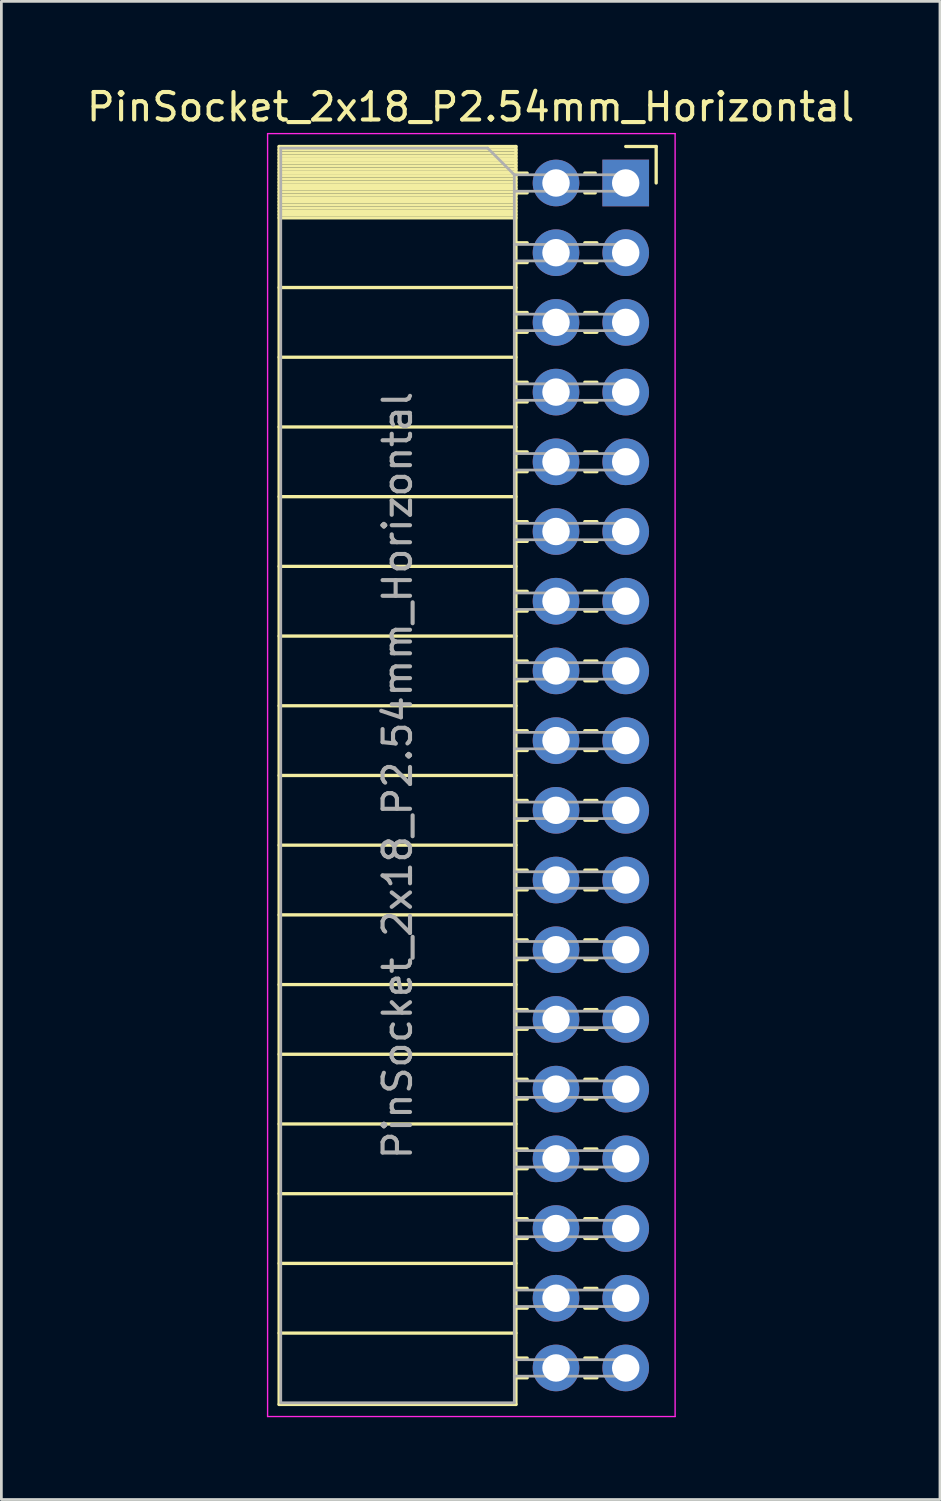
<source format=kicad_pcb>
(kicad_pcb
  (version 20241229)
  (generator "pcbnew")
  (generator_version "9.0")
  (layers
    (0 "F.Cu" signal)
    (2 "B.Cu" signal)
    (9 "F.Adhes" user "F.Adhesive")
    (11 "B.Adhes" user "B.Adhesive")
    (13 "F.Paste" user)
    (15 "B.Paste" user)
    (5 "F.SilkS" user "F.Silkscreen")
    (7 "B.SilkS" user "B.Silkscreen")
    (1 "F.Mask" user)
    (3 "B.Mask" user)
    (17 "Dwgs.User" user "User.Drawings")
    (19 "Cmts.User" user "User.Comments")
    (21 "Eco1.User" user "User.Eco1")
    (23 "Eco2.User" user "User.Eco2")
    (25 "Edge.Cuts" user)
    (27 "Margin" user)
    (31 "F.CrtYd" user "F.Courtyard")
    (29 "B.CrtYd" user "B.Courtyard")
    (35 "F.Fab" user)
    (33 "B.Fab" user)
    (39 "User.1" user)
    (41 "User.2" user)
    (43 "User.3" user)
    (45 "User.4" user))
  (footprint "PinSocket_2x18_P2.54mm_Horizontal"
    (layer "F.Cu")
    (at 19.751 3.618)
    (property "Reference" "PinSocket_2x18_P2.54mm_Horizontal" (at -5.65 -2.77 0) (layer "F.SilkS") (effects (font (size 1 1) (thickness 0.15))))
    (attr through_hole)
    (fp_line (start -12.63 -1.33) (end -12.63 44.51) (stroke (width 0.12) (type solid)) (layer "F.SilkS"))
    (fp_line (start -12.63 -1.33) (end -4 -1.33) (stroke (width 0.12) (type solid)) (layer "F.SilkS"))
    (fp_line (start -12.63 -1.21) (end -4 -1.21) (stroke (width 0.12) (type solid)) (layer "F.SilkS"))
    (fp_line (start -12.63 -1.092) (end -4 -1.092) (stroke (width 0.12) (type solid)) (layer "F.SilkS"))
    (fp_line (start -12.63 -0.974) (end -4 -0.974) (stroke (width 0.12) (type solid)) (layer "F.SilkS"))
    (fp_line (start -12.63 -0.856) (end -4 -0.856) (stroke (width 0.12) (type solid)) (layer "F.SilkS"))
    (fp_line (start -12.63 -0.738) (end -4 -0.738) (stroke (width 0.12) (type solid)) (layer "F.SilkS"))
    (fp_line (start -12.63 -0.62) (end -4 -0.62) (stroke (width 0.12) (type solid)) (layer "F.SilkS"))
    (fp_line (start -12.63 -0.501) (end -4 -0.501) (stroke (width 0.12) (type solid)) (layer "F.SilkS"))
    (fp_line (start -12.63 -0.383) (end -4 -0.383) (stroke (width 0.12) (type solid)) (layer "F.SilkS"))
    (fp_line (start -12.63 -0.265) (end -4 -0.265) (stroke (width 0.12) (type solid)) (layer "F.SilkS"))
    (fp_line (start -12.63 -0.147) (end -4 -0.147) (stroke (width 0.12) (type solid)) (layer "F.SilkS"))
    (fp_line (start -12.63 -0.029) (end -4 -0.029) (stroke (width 0.12) (type solid)) (layer "F.SilkS"))
    (fp_line (start -12.63 0.089) (end -4 0.089) (stroke (width 0.12) (type solid)) (layer "F.SilkS"))
    (fp_line (start -12.63 0.207) (end -4 0.207) (stroke (width 0.12) (type solid)) (layer "F.SilkS"))
    (fp_line (start -12.63 0.325) (end -4 0.325) (stroke (width 0.12) (type solid)) (layer "F.SilkS"))
    (fp_line (start -12.63 0.443) (end -4 0.443) (stroke (width 0.12) (type solid)) (layer "F.SilkS"))
    (fp_line (start -12.63 0.561) (end -4 0.561) (stroke (width 0.12) (type solid)) (layer "F.SilkS"))
    (fp_line (start -12.63 0.68) (end -4 0.68) (stroke (width 0.12) (type solid)) (layer "F.SilkS"))
    (fp_line (start -12.63 0.798) (end -4 0.798) (stroke (width 0.12) (type solid)) (layer "F.SilkS"))
    (fp_line (start -12.63 0.916) (end -4 0.916) (stroke (width 0.12) (type solid)) (layer "F.SilkS"))
    (fp_line (start -12.63 1.034) (end -4 1.034) (stroke (width 0.12) (type solid)) (layer "F.SilkS"))
    (fp_line (start -12.63 1.152) (end -4 1.152) (stroke (width 0.12) (type solid)) (layer "F.SilkS"))
    (fp_line (start -12.63 1.27) (end -4 1.27) (stroke (width 0.12) (type solid)) (layer "F.SilkS"))
    (fp_line (start -12.63 3.81) (end -4 3.81) (stroke (width 0.12) (type solid)) (layer "F.SilkS"))
    (fp_line (start -12.63 6.35) (end -4 6.35) (stroke (width 0.12) (type solid)) (layer "F.SilkS"))
    (fp_line (start -12.63 8.89) (end -4 8.89) (stroke (width 0.12) (type solid)) (layer "F.SilkS"))
    (fp_line (start -12.63 11.43) (end -4 11.43) (stroke (width 0.12) (type solid)) (layer "F.SilkS"))
    (fp_line (start -12.63 13.97) (end -4 13.97) (stroke (width 0.12) (type solid)) (layer "F.SilkS"))
    (fp_line (start -12.63 16.51) (end -4 16.51) (stroke (width 0.12) (type solid)) (layer "F.SilkS"))
    (fp_line (start -12.63 19.05) (end -4 19.05) (stroke (width 0.12) (type solid)) (layer "F.SilkS"))
    (fp_line (start -12.63 21.59) (end -4 21.59) (stroke (width 0.12) (type solid)) (layer "F.SilkS"))
    (fp_line (start -12.63 24.13) (end -4 24.13) (stroke (width 0.12) (type solid)) (layer "F.SilkS"))
    (fp_line (start -12.63 26.67) (end -4 26.67) (stroke (width 0.12) (type solid)) (layer "F.SilkS"))
    (fp_line (start -12.63 29.21) (end -4 29.21) (stroke (width 0.12) (type solid)) (layer "F.SilkS"))
    (fp_line (start -12.63 31.75) (end -4 31.75) (stroke (width 0.12) (type solid)) (layer "F.SilkS"))
    (fp_line (start -12.63 34.29) (end -4 34.29) (stroke (width 0.12) (type solid)) (layer "F.SilkS"))
    (fp_line (start -12.63 36.83) (end -4 36.83) (stroke (width 0.12) (type solid)) (layer "F.SilkS"))
    (fp_line (start -12.63 39.37) (end -4 39.37) (stroke (width 0.12) (type solid)) (layer "F.SilkS"))
    (fp_line (start -12.63 41.91) (end -4 41.91) (stroke (width 0.12) (type solid)) (layer "F.SilkS"))
    (fp_line (start -12.63 44.51) (end -4 44.51) (stroke (width 0.12) (type solid)) (layer "F.SilkS"))
    (fp_line (start -4 -1.33) (end -4 44.51) (stroke (width 0.12) (type solid)) (layer "F.SilkS"))
    (fp_line (start -4 -0.36) (end -3.59 -0.36) (stroke (width 0.12) (type solid)) (layer "F.SilkS"))
    (fp_line (start -4 0.36) (end -3.59 0.36) (stroke (width 0.12) (type solid)) (layer "F.SilkS"))
    (fp_line (start -4 2.18) (end -3.59 2.18) (stroke (width 0.12) (type solid)) (layer "F.SilkS"))
    (fp_line (start -4 2.9) (end -3.59 2.9) (stroke (width 0.12) (type solid)) (layer "F.SilkS"))
    (fp_line (start -4 4.72) (end -3.59 4.72) (stroke (width 0.12) (type solid)) (layer "F.SilkS"))
    (fp_line (start -4 5.44) (end -3.59 5.44) (stroke (width 0.12) (type solid)) (layer "F.SilkS"))
    (fp_line (start -4 7.26) (end -3.59 7.26) (stroke (width 0.12) (type solid)) (layer "F.SilkS"))
    (fp_line (start -4 7.98) (end -3.59 7.98) (stroke (width 0.12) (type solid)) (layer "F.SilkS"))
    (fp_line (start -4 9.8) (end -3.59 9.8) (stroke (width 0.12) (type solid)) (layer "F.SilkS"))
    (fp_line (start -4 10.52) (end -3.59 10.52) (stroke (width 0.12) (type solid)) (layer "F.SilkS"))
    (fp_line (start -4 12.34) (end -3.59 12.34) (stroke (width 0.12) (type solid)) (layer "F.SilkS"))
    (fp_line (start -4 13.06) (end -3.59 13.06) (stroke (width 0.12) (type solid)) (layer "F.SilkS"))
    (fp_line (start -4 14.88) (end -3.59 14.88) (stroke (width 0.12) (type solid)) (layer "F.SilkS"))
    (fp_line (start -4 15.6) (end -3.59 15.6) (stroke (width 0.12) (type solid)) (layer "F.SilkS"))
    (fp_line (start -4 17.42) (end -3.59 17.42) (stroke (width 0.12) (type solid)) (layer "F.SilkS"))
    (fp_line (start -4 18.14) (end -3.59 18.14) (stroke (width 0.12) (type solid)) (layer "F.SilkS"))
    (fp_line (start -4 19.96) (end -3.59 19.96) (stroke (width 0.12) (type solid)) (layer "F.SilkS"))
    (fp_line (start -4 20.68) (end -3.59 20.68) (stroke (width 0.12) (type solid)) (layer "F.SilkS"))
    (fp_line (start -4 22.5) (end -3.59 22.5) (stroke (width 0.12) (type solid)) (layer "F.SilkS"))
    (fp_line (start -4 23.22) (end -3.59 23.22) (stroke (width 0.12) (type solid)) (layer "F.SilkS"))
    (fp_line (start -4 25.04) (end -3.59 25.04) (stroke (width 0.12) (type solid)) (layer "F.SilkS"))
    (fp_line (start -4 25.76) (end -3.59 25.76) (stroke (width 0.12) (type solid)) (layer "F.SilkS"))
    (fp_line (start -4 27.58) (end -3.59 27.58) (stroke (width 0.12) (type solid)) (layer "F.SilkS"))
    (fp_line (start -4 28.3) (end -3.59 28.3) (stroke (width 0.12) (type solid)) (layer "F.SilkS"))
    (fp_line (start -4 30.12) (end -3.59 30.12) (stroke (width 0.12) (type solid)) (layer "F.SilkS"))
    (fp_line (start -4 30.84) (end -3.59 30.84) (stroke (width 0.12) (type solid)) (layer "F.SilkS"))
    (fp_line (start -4 32.66) (end -3.59 32.66) (stroke (width 0.12) (type solid)) (layer "F.SilkS"))
    (fp_line (start -4 33.38) (end -3.59 33.38) (stroke (width 0.12) (type solid)) (layer "F.SilkS"))
    (fp_line (start -4 35.2) (end -3.59 35.2) (stroke (width 0.12) (type solid)) (layer "F.SilkS"))
    (fp_line (start -4 35.92) (end -3.59 35.92) (stroke (width 0.12) (type solid)) (layer "F.SilkS"))
    (fp_line (start -4 37.74) (end -3.59 37.74) (stroke (width 0.12) (type solid)) (layer "F.SilkS"))
    (fp_line (start -4 38.46) (end -3.59 38.46) (stroke (width 0.12) (type solid)) (layer "F.SilkS"))
    (fp_line (start -4 40.28) (end -3.59 40.28) (stroke (width 0.12) (type solid)) (layer "F.SilkS"))
    (fp_line (start -4 41) (end -3.59 41) (stroke (width 0.12) (type solid)) (layer "F.SilkS"))
    (fp_line (start -4 42.82) (end -3.59 42.82) (stroke (width 0.12) (type solid)) (layer "F.SilkS"))
    (fp_line (start -4 43.54) (end -3.59 43.54) (stroke (width 0.12) (type solid)) (layer "F.SilkS"))
    (fp_line (start -1.49 -0.36) (end -1.11 -0.36) (stroke (width 0.12) (type solid)) (layer "F.SilkS"))
    (fp_line (start -1.49 0.36) (end -1.11 0.36) (stroke (width 0.12) (type solid)) (layer "F.SilkS"))
    (fp_line (start -1.49 2.18) (end -1.05 2.18) (stroke (width 0.12) (type solid)) (layer "F.SilkS"))
    (fp_line (start -1.49 2.9) (end -1.05 2.9) (stroke (width 0.12) (type solid)) (layer "F.SilkS"))
    (fp_line (start -1.49 4.72) (end -1.05 4.72) (stroke (width 0.12) (type solid)) (layer "F.SilkS"))
    (fp_line (start -1.49 5.44) (end -1.05 5.44) (stroke (width 0.12) (type solid)) (layer "F.SilkS"))
    (fp_line (start -1.49 7.26) (end -1.05 7.26) (stroke (width 0.12) (type solid)) (layer "F.SilkS"))
    (fp_line (start -1.49 7.98) (end -1.05 7.98) (stroke (width 0.12) (type solid)) (layer "F.SilkS"))
    (fp_line (start -1.49 9.8) (end -1.05 9.8) (stroke (width 0.12) (type solid)) (layer "F.SilkS"))
    (fp_line (start -1.49 10.52) (end -1.05 10.52) (stroke (width 0.12) (type solid)) (layer "F.SilkS"))
    (fp_line (start -1.49 12.34) (end -1.05 12.34) (stroke (width 0.12) (type solid)) (layer "F.SilkS"))
    (fp_line (start -1.49 13.06) (end -1.05 13.06) (stroke (width 0.12) (type solid)) (layer "F.SilkS"))
    (fp_line (start -1.49 14.88) (end -1.05 14.88) (stroke (width 0.12) (type solid)) (layer "F.SilkS"))
    (fp_line (start -1.49 15.6) (end -1.05 15.6) (stroke (width 0.12) (type solid)) (layer "F.SilkS"))
    (fp_line (start -1.49 17.42) (end -1.05 17.42) (stroke (width 0.12) (type solid)) (layer "F.SilkS"))
    (fp_line (start -1.49 18.14) (end -1.05 18.14) (stroke (width 0.12) (type solid)) (layer "F.SilkS"))
    (fp_line (start -1.49 19.96) (end -1.05 19.96) (stroke (width 0.12) (type solid)) (layer "F.SilkS"))
    (fp_line (start -1.49 20.68) (end -1.05 20.68) (stroke (width 0.12) (type solid)) (layer "F.SilkS"))
    (fp_line (start -1.49 22.5) (end -1.05 22.5) (stroke (width 0.12) (type solid)) (layer "F.SilkS"))
    (fp_line (start -1.49 23.22) (end -1.05 23.22) (stroke (width 0.12) (type solid)) (layer "F.SilkS"))
    (fp_line (start -1.49 25.04) (end -1.05 25.04) (stroke (width 0.12) (type solid)) (layer "F.SilkS"))
    (fp_line (start -1.49 25.76) (end -1.05 25.76) (stroke (width 0.12) (type solid)) (layer "F.SilkS"))
    (fp_line (start -1.49 27.58) (end -1.05 27.58) (stroke (width 0.12) (type solid)) (layer "F.SilkS"))
    (fp_line (start -1.49 28.3) (end -1.05 28.3) (stroke (width 0.12) (type solid)) (layer "F.SilkS"))
    (fp_line (start -1.49 30.12) (end -1.05 30.12) (stroke (width 0.12) (type solid)) (layer "F.SilkS"))
    (fp_line (start -1.49 30.84) (end -1.05 30.84) (stroke (width 0.12) (type solid)) (layer "F.SilkS"))
    (fp_line (start -1.49 32.66) (end -1.05 32.66) (stroke (width 0.12) (type solid)) (layer "F.SilkS"))
    (fp_line (start -1.49 33.38) (end -1.05 33.38) (stroke (width 0.12) (type solid)) (layer "F.SilkS"))
    (fp_line (start -1.49 35.2) (end -1.05 35.2) (stroke (width 0.12) (type solid)) (layer "F.SilkS"))
    (fp_line (start -1.49 35.92) (end -1.05 35.92) (stroke (width 0.12) (type solid)) (layer "F.SilkS"))
    (fp_line (start -1.49 37.74) (end -1.05 37.74) (stroke (width 0.12) (type solid)) (layer "F.SilkS"))
    (fp_line (start -1.49 38.46) (end -1.05 38.46) (stroke (width 0.12) (type solid)) (layer "F.SilkS"))
    (fp_line (start -1.49 40.28) (end -1.05 40.28) (stroke (width 0.12) (type solid)) (layer "F.SilkS"))
    (fp_line (start -1.49 41) (end -1.05 41) (stroke (width 0.12) (type solid)) (layer "F.SilkS"))
    (fp_line (start -1.49 42.82) (end -1.05 42.82) (stroke (width 0.12) (type solid)) (layer "F.SilkS"))
    (fp_line (start -1.49 43.54) (end -1.05 43.54) (stroke (width 0.12) (type solid)) (layer "F.SilkS"))
    (fp_line (start 0 -1.33) (end 1.11 -1.33) (stroke (width 0.12) (type solid)) (layer "F.SilkS"))
    (fp_line (start 1.11 -1.33) (end 1.11 0) (stroke (width 0.12) (type solid)) (layer "F.SilkS"))
    (fp_line (start -13.05 -1.8) (end -13.05 44.95) (stroke (width 0.05) (type solid)) (layer "F.CrtYd"))
    (fp_line (start -13.05 44.95) (end 1.8 44.95) (stroke (width 0.05) (type solid)) (layer "F.CrtYd"))
    (fp_line (start 1.8 -1.8) (end -13.05 -1.8) (stroke (width 0.05) (type solid)) (layer "F.CrtYd"))
    (fp_line (start 1.8 44.95) (end 1.8 -1.8) (stroke (width 0.05) (type solid)) (layer "F.CrtYd"))
    (fp_line (start -12.57 -1.27) (end -5.03 -1.27) (stroke (width 0.1) (type solid)) (layer "F.Fab"))
    (fp_line (start -12.57 44.45) (end -12.57 -1.27) (stroke (width 0.1) (type solid)) (layer "F.Fab"))
    (fp_line (start -5.03 -1.27) (end -4.06 -0.3) (stroke (width 0.1) (type solid)) (layer "F.Fab"))
    (fp_line (start -4.06 -0.3) (end -4.06 44.45) (stroke (width 0.1) (type solid)) (layer "F.Fab"))
    (fp_line (start -4.06 0.3) (end 0 0.3) (stroke (width 0.1) (type solid)) (layer "F.Fab"))
    (fp_line (start -4.06 2.84) (end 0 2.84) (stroke (width 0.1) (type solid)) (layer "F.Fab"))
    (fp_line (start -4.06 5.38) (end 0 5.38) (stroke (width 0.1) (type solid)) (layer "F.Fab"))
    (fp_line (start -4.06 7.92) (end 0 7.92) (stroke (width 0.1) (type solid)) (layer "F.Fab"))
    (fp_line (start -4.06 10.46) (end 0 10.46) (stroke (width 0.1) (type solid)) (layer "F.Fab"))
    (fp_line (start -4.06 13) (end 0 13) (stroke (width 0.1) (type solid)) (layer "F.Fab"))
    (fp_line (start -4.06 15.54) (end 0 15.54) (stroke (width 0.1) (type solid)) (layer "F.Fab"))
    (fp_line (start -4.06 18.08) (end 0 18.08) (stroke (width 0.1) (type solid)) (layer "F.Fab"))
    (fp_line (start -4.06 20.62) (end 0 20.62) (stroke (width 0.1) (type solid)) (layer "F.Fab"))
    (fp_line (start -4.06 23.16) (end 0 23.16) (stroke (width 0.1) (type solid)) (layer "F.Fab"))
    (fp_line (start -4.06 25.7) (end 0 25.7) (stroke (width 0.1) (type solid)) (layer "F.Fab"))
    (fp_line (start -4.06 28.24) (end 0 28.24) (stroke (width 0.1) (type solid)) (layer "F.Fab"))
    (fp_line (start -4.06 30.78) (end 0 30.78) (stroke (width 0.1) (type solid)) (layer "F.Fab"))
    (fp_line (start -4.06 33.32) (end 0 33.32) (stroke (width 0.1) (type solid)) (layer "F.Fab"))
    (fp_line (start -4.06 35.86) (end 0 35.86) (stroke (width 0.1) (type solid)) (layer "F.Fab"))
    (fp_line (start -4.06 38.4) (end 0 38.4) (stroke (width 0.1) (type solid)) (layer "F.Fab"))
    (fp_line (start -4.06 40.94) (end 0 40.94) (stroke (width 0.1) (type solid)) (layer "F.Fab"))
    (fp_line (start -4.06 43.48) (end 0 43.48) (stroke (width 0.1) (type solid)) (layer "F.Fab"))
    (fp_line (start -4.06 44.45) (end -12.57 44.45) (stroke (width 0.1) (type solid)) (layer "F.Fab"))
    (fp_line (start 0 -0.3) (end -4.06 -0.3) (stroke (width 0.1) (type solid)) (layer "F.Fab"))
    (fp_line (start 0 0.3) (end 0 -0.3) (stroke (width 0.1) (type solid)) (layer "F.Fab"))
    (fp_line (start 0 2.24) (end -4.06 2.24) (stroke (width 0.1) (type solid)) (layer "F.Fab"))
    (fp_line (start 0 2.84) (end 0 2.24) (stroke (width 0.1) (type solid)) (layer "F.Fab"))
    (fp_line (start 0 4.78) (end -4.06 4.78) (stroke (width 0.1) (type solid)) (layer "F.Fab"))
    (fp_line (start 0 5.38) (end 0 4.78) (stroke (width 0.1) (type solid)) (layer "F.Fab"))
    (fp_line (start 0 7.32) (end -4.06 7.32) (stroke (width 0.1) (type solid)) (layer "F.Fab"))
    (fp_line (start 0 7.92) (end 0 7.32) (stroke (width 0.1) (type solid)) (layer "F.Fab"))
    (fp_line (start 0 9.86) (end -4.06 9.86) (stroke (width 0.1) (type solid)) (layer "F.Fab"))
    (fp_line (start 0 10.46) (end 0 9.86) (stroke (width 0.1) (type solid)) (layer "F.Fab"))
    (fp_line (start 0 12.4) (end -4.06 12.4) (stroke (width 0.1) (type solid)) (layer "F.Fab"))
    (fp_line (start 0 13) (end 0 12.4) (stroke (width 0.1) (type solid)) (layer "F.Fab"))
    (fp_line (start 0 14.94) (end -4.06 14.94) (stroke (width 0.1) (type solid)) (layer "F.Fab"))
    (fp_line (start 0 15.54) (end 0 14.94) (stroke (width 0.1) (type solid)) (layer "F.Fab"))
    (fp_line (start 0 17.48) (end -4.06 17.48) (stroke (width 0.1) (type solid)) (layer "F.Fab"))
    (fp_line (start 0 18.08) (end 0 17.48) (stroke (width 0.1) (type solid)) (layer "F.Fab"))
    (fp_line (start 0 20.02) (end -4.06 20.02) (stroke (width 0.1) (type solid)) (layer "F.Fab"))
    (fp_line (start 0 20.62) (end 0 20.02) (stroke (width 0.1) (type solid)) (layer "F.Fab"))
    (fp_line (start 0 22.56) (end -4.06 22.56) (stroke (width 0.1) (type solid)) (layer "F.Fab"))
    (fp_line (start 0 23.16) (end 0 22.56) (stroke (width 0.1) (type solid)) (layer "F.Fab"))
    (fp_line (start 0 25.1) (end -4.06 25.1) (stroke (width 0.1) (type solid)) (layer "F.Fab"))
    (fp_line (start 0 25.7) (end 0 25.1) (stroke (width 0.1) (type solid)) (layer "F.Fab"))
    (fp_line (start 0 27.64) (end -4.06 27.64) (stroke (width 0.1) (type solid)) (layer "F.Fab"))
    (fp_line (start 0 28.24) (end 0 27.64) (stroke (width 0.1) (type solid)) (layer "F.Fab"))
    (fp_line (start 0 30.18) (end -4.06 30.18) (stroke (width 0.1) (type solid)) (layer "F.Fab"))
    (fp_line (start 0 30.78) (end 0 30.18) (stroke (width 0.1) (type solid)) (layer "F.Fab"))
    (fp_line (start 0 32.72) (end -4.06 32.72) (stroke (width 0.1) (type solid)) (layer "F.Fab"))
    (fp_line (start 0 33.32) (end 0 32.72) (stroke (width 0.1) (type solid)) (layer "F.Fab"))
    (fp_line (start 0 35.26) (end -4.06 35.26) (stroke (width 0.1) (type solid)) (layer "F.Fab"))
    (fp_line (start 0 35.86) (end 0 35.26) (stroke (width 0.1) (type solid)) (layer "F.Fab"))
    (fp_line (start 0 37.8) (end -4.06 37.8) (stroke (width 0.1) (type solid)) (layer "F.Fab"))
    (fp_line (start 0 38.4) (end 0 37.8) (stroke (width 0.1) (type solid)) (layer "F.Fab"))
    (fp_line (start 0 40.34) (end -4.06 40.34) (stroke (width 0.1) (type solid)) (layer "F.Fab"))
    (fp_line (start 0 40.94) (end 0 40.34) (stroke (width 0.1) (type solid)) (layer "F.Fab"))
    (fp_line (start 0 42.88) (end -4.06 42.88) (stroke (width 0.1) (type solid)) (layer "F.Fab"))
    (fp_line (start 0 43.48) (end 0 42.88) (stroke (width 0.1) (type solid)) (layer "F.Fab"))
    (fp_text user "${REFERENCE}" (at -8.315 21.59 90) (layer "F.Fab") (effects (font (size 1 1) (thickness 0.15))))
    (pad "1" thru_hole rect (at 0 0) (size 1.7 1.7) (drill 1) (layers "*.Cu" "*.Mask"))
    (pad "2" thru_hole oval (at -2.54 0) (size 1.7 1.7) (drill 1) (layers "*.Cu" "*.Mask"))
    (pad "3" thru_hole oval (at 0 2.54) (size 1.7 1.7) (drill 1) (layers "*.Cu" "*.Mask"))
    (pad "4" thru_hole oval (at -2.54 2.54) (size 1.7 1.7) (drill 1) (layers "*.Cu" "*.Mask"))
    (pad "5" thru_hole oval (at 0 5.08) (size 1.7 1.7) (drill 1) (layers "*.Cu" "*.Mask"))
    (pad "6" thru_hole oval (at -2.54 5.08) (size 1.7 1.7) (drill 1) (layers "*.Cu" "*.Mask"))
    (pad "7" thru_hole oval (at 0 7.62) (size 1.7 1.7) (drill 1) (layers "*.Cu" "*.Mask"))
    (pad "8" thru_hole oval (at -2.54 7.62) (size 1.7 1.7) (drill 1) (layers "*.Cu" "*.Mask"))
    (pad "9" thru_hole oval (at 0 10.16) (size 1.7 1.7) (drill 1) (layers "*.Cu" "*.Mask"))
    (pad "10" thru_hole oval (at -2.54 10.16) (size 1.7 1.7) (drill 1) (layers "*.Cu" "*.Mask"))
    (pad "11" thru_hole oval (at 0 12.7) (size 1.7 1.7) (drill 1) (layers "*.Cu" "*.Mask"))
    (pad "12" thru_hole oval (at -2.54 12.7) (size 1.7 1.7) (drill 1) (layers "*.Cu" "*.Mask"))
    (pad "13" thru_hole oval (at 0 15.24) (size 1.7 1.7) (drill 1) (layers "*.Cu" "*.Mask"))
    (pad "14" thru_hole oval (at -2.54 15.24) (size 1.7 1.7) (drill 1) (layers "*.Cu" "*.Mask"))
    (pad "15" thru_hole oval (at 0 17.78) (size 1.7 1.7) (drill 1) (layers "*.Cu" "*.Mask"))
    (pad "16" thru_hole oval (at -2.54 17.78) (size 1.7 1.7) (drill 1) (layers "*.Cu" "*.Mask"))
    (pad "17" thru_hole oval (at 0 20.32) (size 1.7 1.7) (drill 1) (layers "*.Cu" "*.Mask"))
    (pad "18" thru_hole oval (at -2.54 20.32) (size 1.7 1.7) (drill 1) (layers "*.Cu" "*.Mask"))
    (pad "19" thru_hole oval (at 0 22.86) (size 1.7 1.7) (drill 1) (layers "*.Cu" "*.Mask"))
    (pad "20" thru_hole oval (at -2.54 22.86) (size 1.7 1.7) (drill 1) (layers "*.Cu" "*.Mask"))
    (pad "21" thru_hole oval (at 0 25.4) (size 1.7 1.7) (drill 1) (layers "*.Cu" "*.Mask"))
    (pad "22" thru_hole oval (at -2.54 25.4) (size 1.7 1.7) (drill 1) (layers "*.Cu" "*.Mask"))
    (pad "23" thru_hole oval (at 0 27.94) (size 1.7 1.7) (drill 1) (layers "*.Cu" "*.Mask"))
    (pad "24" thru_hole oval (at -2.54 27.94) (size 1.7 1.7) (drill 1) (layers "*.Cu" "*.Mask"))
    (pad "25" thru_hole oval (at 0 30.48) (size 1.7 1.7) (drill 1) (layers "*.Cu" "*.Mask"))
    (pad "26" thru_hole oval (at -2.54 30.48) (size 1.7 1.7) (drill 1) (layers "*.Cu" "*.Mask"))
    (pad "27" thru_hole oval (at 0 33.02) (size 1.7 1.7) (drill 1) (layers "*.Cu" "*.Mask"))
    (pad "28" thru_hole oval (at -2.54 33.02) (size 1.7 1.7) (drill 1) (layers "*.Cu" "*.Mask"))
    (pad "29" thru_hole oval (at 0 35.56) (size 1.7 1.7) (drill 1) (layers "*.Cu" "*.Mask"))
    (pad "30" thru_hole oval (at -2.54 35.56) (size 1.7 1.7) (drill 1) (layers "*.Cu" "*.Mask"))
    (pad "31" thru_hole oval (at 0 38.1) (size 1.7 1.7) (drill 1) (layers "*.Cu" "*.Mask"))
    (pad "32" thru_hole oval (at -2.54 38.1) (size 1.7 1.7) (drill 1) (layers "*.Cu" "*.Mask"))
    (pad "33" thru_hole oval (at 0 40.64) (size 1.7 1.7) (drill 1) (layers "*.Cu" "*.Mask"))
    (pad "34" thru_hole oval (at -2.54 40.64) (size 1.7 1.7) (drill 1) (layers "*.Cu" "*.Mask"))
    (pad "35" thru_hole oval (at 0 43.18) (size 1.7 1.7) (drill 1) (layers "*.Cu" "*.Mask"))
    (pad "36" thru_hole oval (at -2.54 43.18) (size 1.7 1.7) (drill 1) (layers "*.Cu" "*.Mask")))
  (gr_rect
    (start -3 -3)
    (end 31.202 51.593)
    (stroke (width 0.1) (type default))
    (fill no)
    (layer "Edge.Cuts")))
</source>
